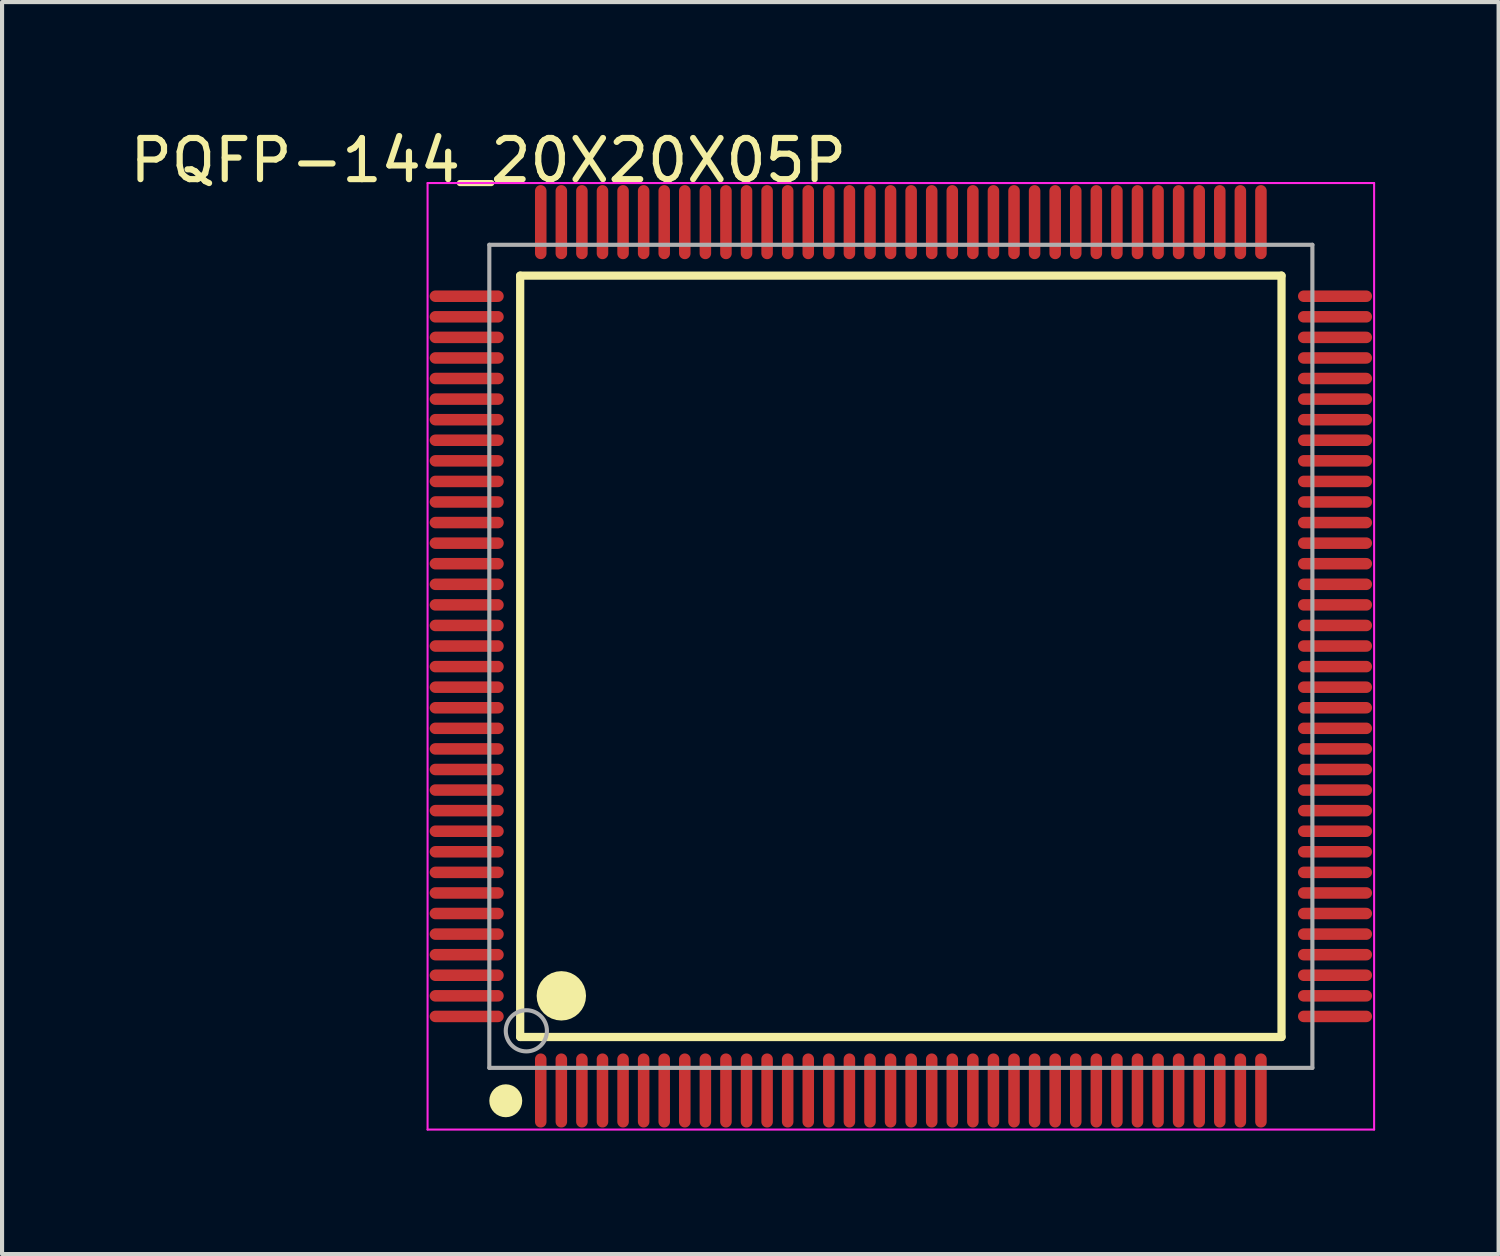
<source format=kicad_pcb>
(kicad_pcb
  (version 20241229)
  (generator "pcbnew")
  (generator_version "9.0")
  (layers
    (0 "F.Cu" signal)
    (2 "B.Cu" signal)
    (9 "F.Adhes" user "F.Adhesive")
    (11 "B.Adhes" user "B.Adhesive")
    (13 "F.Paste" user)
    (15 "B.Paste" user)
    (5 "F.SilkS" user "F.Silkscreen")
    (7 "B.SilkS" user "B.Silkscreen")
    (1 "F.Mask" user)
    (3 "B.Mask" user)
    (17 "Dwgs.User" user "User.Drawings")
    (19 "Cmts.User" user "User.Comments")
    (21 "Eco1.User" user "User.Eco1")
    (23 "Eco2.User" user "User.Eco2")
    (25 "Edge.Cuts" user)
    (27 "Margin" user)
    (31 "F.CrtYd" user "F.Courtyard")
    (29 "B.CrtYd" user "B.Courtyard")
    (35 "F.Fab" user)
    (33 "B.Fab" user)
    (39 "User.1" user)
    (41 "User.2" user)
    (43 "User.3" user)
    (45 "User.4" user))
  (footprint "PQFP-144_20X20X05P"
    (layer "F.Cu")
    (at 18.84 12.898)
    (property "Reference" "PQFP-144_20X20X05P" (at -10.024 -12.05 0) (layer "F.SilkS") (effects (font (size 1 1) (thickness 0.15))))
    (attr through_hole)
    (fp_line (start -9.25 -9.25) (end 9.25 -9.25) (stroke (width 0.2) (type solid)) (layer "F.SilkS"))
    (fp_line (start -9.25 9.25) (end -9.25 -9.25) (stroke (width 0.2) (type solid)) (layer "F.SilkS"))
    (fp_line (start -9.25 9.25) (end 9.25 9.25) (stroke (width 0.2) (type solid)) (layer "F.SilkS"))
    (fp_line (start 9.25 9.25) (end 9.25 -9.25) (stroke (width 0.2) (type solid)) (layer "F.SilkS"))
    (fp_circle (center -9.6 10.8) (end -9.4 10.8) (stroke (width 0.4) (type solid)) (fill no) (layer "F.SilkS"))
    (fp_circle (center -8.25 8.25) (end -7.95 8.25) (stroke (width 0.6) (type solid)) (fill no) (layer "F.SilkS"))
    (fp_line (start -11.5 -11.5) (end 11.5 -11.5) (stroke (width 0.05) (type solid)) (layer "F.CrtYd"))
    (fp_line (start -11.5 11.5) (end -11.5 -11.5) (stroke (width 0.05) (type solid)) (layer "F.CrtYd"))
    (fp_line (start 11.5 -11.5) (end 11.5 11.5) (stroke (width 0.05) (type solid)) (layer "F.CrtYd"))
    (fp_line (start 11.5 11.5) (end -11.5 11.5) (stroke (width 0.05) (type solid)) (layer "F.CrtYd"))
    (fp_line (start -10 -10) (end 10 -10) (stroke (width 0.1) (type solid)) (layer "F.Fab"))
    (fp_line (start -10 10) (end -10 -10) (stroke (width 0.1) (type solid)) (layer "F.Fab"))
    (fp_line (start -10 10) (end 10 10) (stroke (width 0.1) (type solid)) (layer "F.Fab"))
    (fp_line (start 10 10) (end 10 -10) (stroke (width 0.1) (type solid)) (layer "F.Fab"))
    (fp_circle (center -9.1 9.1) (end -8.6 9.1) (stroke (width 0.1) (type solid)) (fill no) (layer "F.Fab"))
    (pad "1" smd oval (at -8.75 10.55 180) (size 0.28 1.8) (layers "F.Cu" "F.Mask" "F.Paste"))
    (pad "2" smd oval (at -8.25 10.55 180) (size 0.28 1.8) (layers "F.Cu" "F.Mask" "F.Paste"))
    (pad "3" smd oval (at -7.75 10.55 180) (size 0.28 1.8) (layers "F.Cu" "F.Mask" "F.Paste"))
    (pad "4" smd oval (at -7.25 10.55 180) (size 0.28 1.8) (layers "F.Cu" "F.Mask" "F.Paste"))
    (pad "5" smd oval (at -6.75 10.55 180) (size 0.28 1.8) (layers "F.Cu" "F.Mask" "F.Paste"))
    (pad "6" smd oval (at -6.25 10.55 180) (size 0.28 1.8) (layers "F.Cu" "F.Mask" "F.Paste"))
    (pad "7" smd oval (at -5.75 10.55 180) (size 0.28 1.8) (layers "F.Cu" "F.Mask" "F.Paste"))
    (pad "8" smd oval (at -5.25 10.55 180) (size 0.28 1.8) (layers "F.Cu" "F.Mask" "F.Paste"))
    (pad "9" smd oval (at -4.75 10.55 180) (size 0.28 1.8) (layers "F.Cu" "F.Mask" "F.Paste"))
    (pad "10" smd oval (at -4.25 10.55 180) (size 0.28 1.8) (layers "F.Cu" "F.Mask" "F.Paste"))
    (pad "11" smd oval (at -3.75 10.55 180) (size 0.28 1.8) (layers "F.Cu" "F.Mask" "F.Paste"))
    (pad "12" smd oval (at -3.25 10.55 180) (size 0.28 1.8) (layers "F.Cu" "F.Mask" "F.Paste"))
    (pad "13" smd oval (at -2.75 10.55 180) (size 0.28 1.8) (layers "F.Cu" "F.Mask" "F.Paste"))
    (pad "14" smd oval (at -2.25 10.55 180) (size 0.28 1.8) (layers "F.Cu" "F.Mask" "F.Paste"))
    (pad "15" smd oval (at -1.75 10.55 180) (size 0.28 1.8) (layers "F.Cu" "F.Mask" "F.Paste"))
    (pad "16" smd oval (at -1.25 10.55 180) (size 0.28 1.8) (layers "F.Cu" "F.Mask" "F.Paste"))
    (pad "17" smd oval (at -0.75 10.55 180) (size 0.28 1.8) (layers "F.Cu" "F.Mask" "F.Paste"))
    (pad "18" smd oval (at -0.25 10.55 180) (size 0.28 1.8) (layers "F.Cu" "F.Mask" "F.Paste"))
    (pad "19" smd oval (at 0.25 10.55 180) (size 0.28 1.8) (layers "F.Cu" "F.Mask" "F.Paste"))
    (pad "20" smd oval (at 0.75 10.55 180) (size 0.28 1.8) (layers "F.Cu" "F.Mask" "F.Paste"))
    (pad "21" smd oval (at 1.25 10.55 180) (size 0.28 1.8) (layers "F.Cu" "F.Mask" "F.Paste"))
    (pad "22" smd oval (at 1.75 10.55 180) (size 0.28 1.8) (layers "F.Cu" "F.Mask" "F.Paste"))
    (pad "23" smd oval (at 2.25 10.55 180) (size 0.28 1.8) (layers "F.Cu" "F.Mask" "F.Paste"))
    (pad "24" smd oval (at 2.75 10.55 180) (size 0.28 1.8) (layers "F.Cu" "F.Mask" "F.Paste"))
    (pad "25" smd oval (at 3.25 10.55 180) (size 0.28 1.8) (layers "F.Cu" "F.Mask" "F.Paste"))
    (pad "26" smd oval (at 3.75 10.55 180) (size 0.28 1.8) (layers "F.Cu" "F.Mask" "F.Paste"))
    (pad "27" smd oval (at 4.25 10.55 180) (size 0.28 1.8) (layers "F.Cu" "F.Mask" "F.Paste"))
    (pad "28" smd oval (at 4.75 10.55 180) (size 0.28 1.8) (layers "F.Cu" "F.Mask" "F.Paste"))
    (pad "29" smd oval (at 5.25 10.55 180) (size 0.28 1.8) (layers "F.Cu" "F.Mask" "F.Paste"))
    (pad "30" smd oval (at 5.75 10.55 180) (size 0.28 1.8) (layers "F.Cu" "F.Mask" "F.Paste"))
    (pad "31" smd oval (at 6.25 10.55 180) (size 0.28 1.8) (layers "F.Cu" "F.Mask" "F.Paste"))
    (pad "32" smd oval (at 6.75 10.55 180) (size 0.28 1.8) (layers "F.Cu" "F.Mask" "F.Paste"))
    (pad "33" smd oval (at 7.25 10.55 180) (size 0.28 1.8) (layers "F.Cu" "F.Mask" "F.Paste"))
    (pad "34" smd oval (at 7.75 10.55 180) (size 0.28 1.8) (layers "F.Cu" "F.Mask" "F.Paste"))
    (pad "35" smd oval (at 8.25 10.55 180) (size 0.28 1.8) (layers "F.Cu" "F.Mask" "F.Paste"))
    (pad "36" smd oval (at 8.75 10.55 180) (size 0.28 1.8) (layers "F.Cu" "F.Mask" "F.Paste"))
    (pad "37" smd oval (at 10.55 8.75 90) (size 0.28 1.8) (layers "F.Cu" "F.Mask" "F.Paste"))
    (pad "38" smd oval (at 10.55 8.25 90) (size 0.28 1.8) (layers "F.Cu" "F.Mask" "F.Paste"))
    (pad "39" smd oval (at 10.55 7.75 90) (size 0.28 1.8) (layers "F.Cu" "F.Mask" "F.Paste"))
    (pad "40" smd oval (at 10.55 7.25 90) (size 0.28 1.8) (layers "F.Cu" "F.Mask" "F.Paste"))
    (pad "41" smd oval (at 10.55 6.75 90) (size 0.28 1.8) (layers "F.Cu" "F.Mask" "F.Paste"))
    (pad "42" smd oval (at 10.55 6.25 90) (size 0.28 1.8) (layers "F.Cu" "F.Mask" "F.Paste"))
    (pad "43" smd oval (at 10.55 5.75 90) (size 0.28 1.8) (layers "F.Cu" "F.Mask" "F.Paste"))
    (pad "44" smd oval (at 10.55 5.25 90) (size 0.28 1.8) (layers "F.Cu" "F.Mask" "F.Paste"))
    (pad "45" smd oval (at 10.55 4.75 90) (size 0.28 1.8) (layers "F.Cu" "F.Mask" "F.Paste"))
    (pad "46" smd oval (at 10.55 4.25 90) (size 0.28 1.8) (layers "F.Cu" "F.Mask" "F.Paste"))
    (pad "47" smd oval (at 10.55 3.75 90) (size 0.28 1.8) (layers "F.Cu" "F.Mask" "F.Paste"))
    (pad "48" smd oval (at 10.55 3.25 90) (size 0.28 1.8) (layers "F.Cu" "F.Mask" "F.Paste"))
    (pad "49" smd oval (at 10.55 2.75 90) (size 0.28 1.8) (layers "F.Cu" "F.Mask" "F.Paste"))
    (pad "50" smd oval (at 10.55 2.25 90) (size 0.28 1.8) (layers "F.Cu" "F.Mask" "F.Paste"))
    (pad "51" smd oval (at 10.55 1.75 90) (size 0.28 1.8) (layers "F.Cu" "F.Mask" "F.Paste"))
    (pad "52" smd oval (at 10.55 1.25 90) (size 0.28 1.8) (layers "F.Cu" "F.Mask" "F.Paste"))
    (pad "53" smd oval (at 10.55 0.75 90) (size 0.28 1.8) (layers "F.Cu" "F.Mask" "F.Paste"))
    (pad "54" smd oval (at 10.55 0.25 90) (size 0.28 1.8) (layers "F.Cu" "F.Mask" "F.Paste"))
    (pad "55" smd oval (at 10.55 -0.25 90) (size 0.28 1.8) (layers "F.Cu" "F.Mask" "F.Paste"))
    (pad "56" smd oval (at 10.55 -0.75 90) (size 0.28 1.8) (layers "F.Cu" "F.Mask" "F.Paste"))
    (pad "57" smd oval (at 10.55 -1.25 90) (size 0.28 1.8) (layers "F.Cu" "F.Mask" "F.Paste"))
    (pad "58" smd oval (at 10.55 -1.75 90) (size 0.28 1.8) (layers "F.Cu" "F.Mask" "F.Paste"))
    (pad "59" smd oval (at 10.55 -2.25 90) (size 0.28 1.8) (layers "F.Cu" "F.Mask" "F.Paste"))
    (pad "60" smd oval (at 10.55 -2.75 90) (size 0.28 1.8) (layers "F.Cu" "F.Mask" "F.Paste"))
    (pad "61" smd oval (at 10.55 -3.25 90) (size 0.28 1.8) (layers "F.Cu" "F.Mask" "F.Paste"))
    (pad "62" smd oval (at 10.55 -3.75 90) (size 0.28 1.8) (layers "F.Cu" "F.Mask" "F.Paste"))
    (pad "63" smd oval (at 10.55 -4.25 90) (size 0.28 1.8) (layers "F.Cu" "F.Mask" "F.Paste"))
    (pad "64" smd oval (at 10.55 -4.75 90) (size 0.28 1.8) (layers "F.Cu" "F.Mask" "F.Paste"))
    (pad "65" smd oval (at 10.55 -5.25 90) (size 0.28 1.8) (layers "F.Cu" "F.Mask" "F.Paste"))
    (pad "66" smd oval (at 10.55 -5.75 90) (size 0.28 1.8) (layers "F.Cu" "F.Mask" "F.Paste"))
    (pad "67" smd oval (at 10.55 -6.25 90) (size 0.28 1.8) (layers "F.Cu" "F.Mask" "F.Paste"))
    (pad "68" smd oval (at 10.55 -6.75 90) (size 0.28 1.8) (layers "F.Cu" "F.Mask" "F.Paste"))
    (pad "69" smd oval (at 10.55 -7.25 90) (size 0.28 1.8) (layers "F.Cu" "F.Mask" "F.Paste"))
    (pad "70" smd oval (at 10.55 -7.75 90) (size 0.28 1.8) (layers "F.Cu" "F.Mask" "F.Paste"))
    (pad "71" smd oval (at 10.55 -8.25 90) (size 0.28 1.8) (layers "F.Cu" "F.Mask" "F.Paste"))
    (pad "72" smd oval (at 10.55 -8.75 90) (size 0.28 1.8) (layers "F.Cu" "F.Mask" "F.Paste"))
    (pad "73" smd oval (at 8.75 -10.55 180) (size 0.28 1.8) (layers "F.Cu" "F.Mask" "F.Paste"))
    (pad "74" smd oval (at 8.25 -10.55 180) (size 0.28 1.8) (layers "F.Cu" "F.Mask" "F.Paste"))
    (pad "75" smd oval (at 7.75 -10.55 180) (size 0.28 1.8) (layers "F.Cu" "F.Mask" "F.Paste"))
    (pad "76" smd oval (at 7.25 -10.55 180) (size 0.28 1.8) (layers "F.Cu" "F.Mask" "F.Paste"))
    (pad "77" smd oval (at 6.75 -10.55 180) (size 0.28 1.8) (layers "F.Cu" "F.Mask" "F.Paste"))
    (pad "78" smd oval (at 6.25 -10.55 180) (size 0.28 1.8) (layers "F.Cu" "F.Mask" "F.Paste"))
    (pad "79" smd oval (at 5.75 -10.55 180) (size 0.28 1.8) (layers "F.Cu" "F.Mask" "F.Paste"))
    (pad "80" smd oval (at 5.25 -10.55 180) (size 0.28 1.8) (layers "F.Cu" "F.Mask" "F.Paste"))
    (pad "81" smd oval (at 4.75 -10.55 180) (size 0.28 1.8) (layers "F.Cu" "F.Mask" "F.Paste"))
    (pad "82" smd oval (at 4.25 -10.55 180) (size 0.28 1.8) (layers "F.Cu" "F.Mask" "F.Paste"))
    (pad "83" smd oval (at 3.75 -10.55 180) (size 0.28 1.8) (layers "F.Cu" "F.Mask" "F.Paste"))
    (pad "84" smd oval (at 3.25 -10.55 180) (size 0.28 1.8) (layers "F.Cu" "F.Mask" "F.Paste"))
    (pad "85" smd oval (at 2.75 -10.55 180) (size 0.28 1.8) (layers "F.Cu" "F.Mask" "F.Paste"))
    (pad "86" smd oval (at 2.25 -10.55 180) (size 0.28 1.8) (layers "F.Cu" "F.Mask" "F.Paste"))
    (pad "87" smd oval (at 1.75 -10.55 180) (size 0.28 1.8) (layers "F.Cu" "F.Mask" "F.Paste"))
    (pad "88" smd oval (at 1.25 -10.55 180) (size 0.28 1.8) (layers "F.Cu" "F.Mask" "F.Paste"))
    (pad "89" smd oval (at 0.75 -10.55 180) (size 0.28 1.8) (layers "F.Cu" "F.Mask" "F.Paste"))
    (pad "90" smd oval (at 0.25 -10.55 180) (size 0.28 1.8) (layers "F.Cu" "F.Mask" "F.Paste"))
    (pad "91" smd oval (at -0.25 -10.55 180) (size 0.28 1.8) (layers "F.Cu" "F.Mask" "F.Paste"))
    (pad "92" smd oval (at -0.75 -10.55 180) (size 0.28 1.8) (layers "F.Cu" "F.Mask" "F.Paste"))
    (pad "93" smd oval (at -1.25 -10.55 180) (size 0.28 1.8) (layers "F.Cu" "F.Mask" "F.Paste"))
    (pad "94" smd oval (at -1.75 -10.55 180) (size 0.28 1.8) (layers "F.Cu" "F.Mask" "F.Paste"))
    (pad "95" smd oval (at -2.25 -10.55 180) (size 0.28 1.8) (layers "F.Cu" "F.Mask" "F.Paste"))
    (pad "96" smd oval (at -2.75 -10.55 180) (size 0.28 1.8) (layers "F.Cu" "F.Mask" "F.Paste"))
    (pad "97" smd oval (at -3.25 -10.55 180) (size 0.28 1.8) (layers "F.Cu" "F.Mask" "F.Paste"))
    (pad "98" smd oval (at -3.75 -10.55 180) (size 0.28 1.8) (layers "F.Cu" "F.Mask" "F.Paste"))
    (pad "99" smd oval (at -4.25 -10.55 180) (size 0.28 1.8) (layers "F.Cu" "F.Mask" "F.Paste"))
    (pad "100" smd oval (at -4.75 -10.55 180) (size 0.28 1.8) (layers "F.Cu" "F.Mask" "F.Paste"))
    (pad "101" smd oval (at -5.25 -10.55 180) (size 0.28 1.8) (layers "F.Cu" "F.Mask" "F.Paste"))
    (pad "102" smd oval (at -5.75 -10.55 180) (size 0.28 1.8) (layers "F.Cu" "F.Mask" "F.Paste"))
    (pad "103" smd oval (at -6.25 -10.55 180) (size 0.28 1.8) (layers "F.Cu" "F.Mask" "F.Paste"))
    (pad "104" smd oval (at -6.75 -10.55 180) (size 0.28 1.8) (layers "F.Cu" "F.Mask" "F.Paste"))
    (pad "105" smd oval (at -7.25 -10.55 180) (size 0.28 1.8) (layers "F.Cu" "F.Mask" "F.Paste"))
    (pad "106" smd oval (at -7.75 -10.55 180) (size 0.28 1.8) (layers "F.Cu" "F.Mask" "F.Paste"))
    (pad "107" smd oval (at -8.25 -10.55 180) (size 0.28 1.8) (layers "F.Cu" "F.Mask" "F.Paste"))
    (pad "108" smd oval (at -8.75 -10.55 180) (size 0.28 1.8) (layers "F.Cu" "F.Mask" "F.Paste"))
    (pad "109" smd oval (at -10.55 -8.75 90) (size 0.28 1.8) (layers "F.Cu" "F.Mask" "F.Paste"))
    (pad "110" smd oval (at -10.55 -8.25 90) (size 0.28 1.8) (layers "F.Cu" "F.Mask" "F.Paste"))
    (pad "111" smd oval (at -10.55 -7.75 90) (size 0.28 1.8) (layers "F.Cu" "F.Mask" "F.Paste"))
    (pad "112" smd oval (at -10.55 -7.25 90) (size 0.28 1.8) (layers "F.Cu" "F.Mask" "F.Paste"))
    (pad "113" smd oval (at -10.55 -6.75 90) (size 0.28 1.8) (layers "F.Cu" "F.Mask" "F.Paste"))
    (pad "114" smd oval (at -10.55 -6.25 90) (size 0.28 1.8) (layers "F.Cu" "F.Mask" "F.Paste"))
    (pad "115" smd oval (at -10.55 -5.75 90) (size 0.28 1.8) (layers "F.Cu" "F.Mask" "F.Paste"))
    (pad "116" smd oval (at -10.55 -5.25 90) (size 0.28 1.8) (layers "F.Cu" "F.Mask" "F.Paste"))
    (pad "117" smd oval (at -10.55 -4.75 90) (size 0.28 1.8) (layers "F.Cu" "F.Mask" "F.Paste"))
    (pad "118" smd oval (at -10.55 -4.25 90) (size 0.28 1.8) (layers "F.Cu" "F.Mask" "F.Paste"))
    (pad "119" smd oval (at -10.55 -3.75 90) (size 0.28 1.8) (layers "F.Cu" "F.Mask" "F.Paste"))
    (pad "120" smd oval (at -10.55 -3.25 90) (size 0.28 1.8) (layers "F.Cu" "F.Mask" "F.Paste"))
    (pad "121" smd oval (at -10.55 -2.75 90) (size 0.28 1.8) (layers "F.Cu" "F.Mask" "F.Paste"))
    (pad "122" smd oval (at -10.55 -2.25 90) (size 0.28 1.8) (layers "F.Cu" "F.Mask" "F.Paste"))
    (pad "123" smd oval (at -10.55 -1.75 90) (size 0.28 1.8) (layers "F.Cu" "F.Mask" "F.Paste"))
    (pad "124" smd oval (at -10.55 -1.25 90) (size 0.28 1.8) (layers "F.Cu" "F.Mask" "F.Paste"))
    (pad "125" smd oval (at -10.55 -0.75 90) (size 0.28 1.8) (layers "F.Cu" "F.Mask" "F.Paste"))
    (pad "126" smd oval (at -10.55 -0.25 90) (size 0.28 1.8) (layers "F.Cu" "F.Mask" "F.Paste"))
    (pad "127" smd oval (at -10.55 0.25 90) (size 0.28 1.8) (layers "F.Cu" "F.Mask" "F.Paste"))
    (pad "128" smd oval (at -10.55 0.75 90) (size 0.28 1.8) (layers "F.Cu" "F.Mask" "F.Paste"))
    (pad "129" smd oval (at -10.55 1.25 90) (size 0.28 1.8) (layers "F.Cu" "F.Mask" "F.Paste"))
    (pad "130" smd oval (at -10.55 1.75 90) (size 0.28 1.8) (layers "F.Cu" "F.Mask" "F.Paste"))
    (pad "131" smd oval (at -10.55 2.25 90) (size 0.28 1.8) (layers "F.Cu" "F.Mask" "F.Paste"))
    (pad "132" smd oval (at -10.55 2.75 90) (size 0.28 1.8) (layers "F.Cu" "F.Mask" "F.Paste"))
    (pad "133" smd oval (at -10.55 3.25 90) (size 0.28 1.8) (layers "F.Cu" "F.Mask" "F.Paste"))
    (pad "134" smd oval (at -10.55 3.75 90) (size 0.28 1.8) (layers "F.Cu" "F.Mask" "F.Paste"))
    (pad "135" smd oval (at -10.55 4.25 90) (size 0.28 1.8) (layers "F.Cu" "F.Mask" "F.Paste"))
    (pad "136" smd oval (at -10.55 4.75 90) (size 0.28 1.8) (layers "F.Cu" "F.Mask" "F.Paste"))
    (pad "137" smd oval (at -10.55 5.25 90) (size 0.28 1.8) (layers "F.Cu" "F.Mask" "F.Paste"))
    (pad "138" smd oval (at -10.55 5.75 90) (size 0.28 1.8) (layers "F.Cu" "F.Mask" "F.Paste"))
    (pad "139" smd oval (at -10.55 6.25 90) (size 0.28 1.8) (layers "F.Cu" "F.Mask" "F.Paste"))
    (pad "140" smd oval (at -10.55 6.75 90) (size 0.28 1.8) (layers "F.Cu" "F.Mask" "F.Paste"))
    (pad "141" smd oval (at -10.55 7.25 90) (size 0.28 1.8) (layers "F.Cu" "F.Mask" "F.Paste"))
    (pad "142" smd oval (at -10.55 7.75 90) (size 0.28 1.8) (layers "F.Cu" "F.Mask" "F.Paste"))
    (pad "143" smd oval (at -10.55 8.25 90) (size 0.28 1.8) (layers "F.Cu" "F.Mask" "F.Paste"))
    (pad "144" smd oval (at -10.55 8.75 90) (size 0.28 1.8) (layers "F.Cu" "F.Mask" "F.Paste")))
  (gr_rect
    (start -3 -3)
    (end 33.365 27.423)
    (stroke (width 0.1) (type default))
    (fill no)
    (layer "Edge.Cuts")))
</source>
